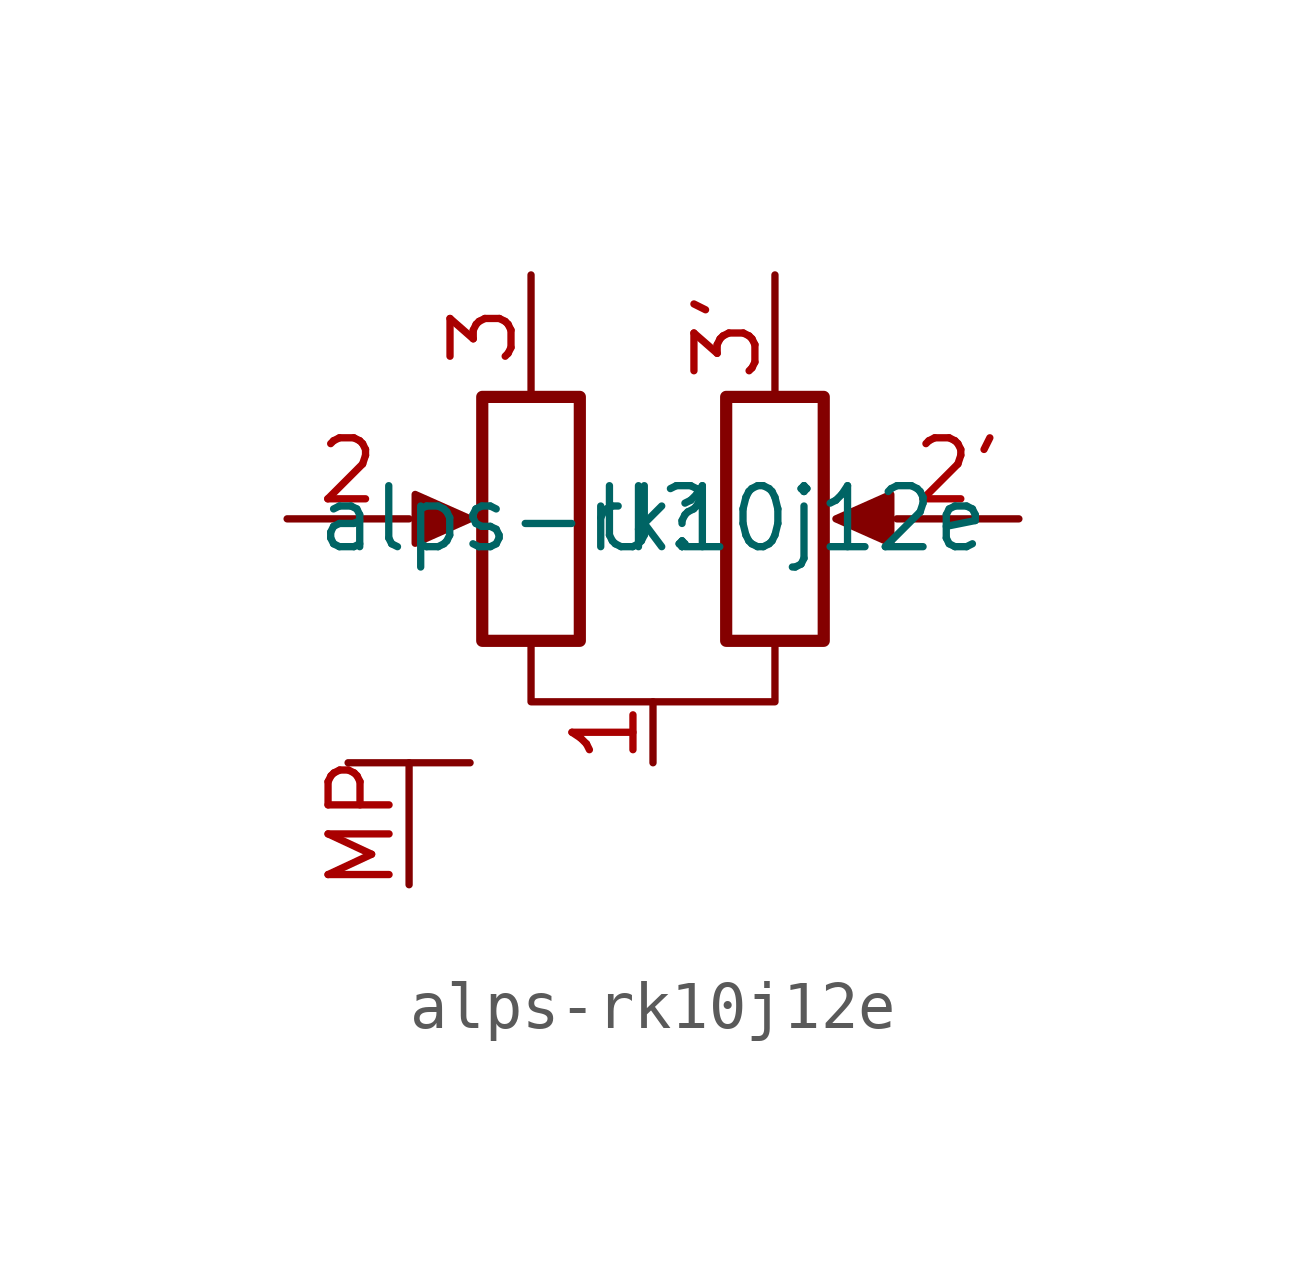
<source format=kicad_sym>
(kicad_symbol_lib
  (version 20241209)
  (generator "kicad_symbol_editor")
  (generator_version "9.0")
  (symbol "alps-rk10j12e"
    (property "Reference" "U"
      (at 0 0 0)
      (effects (font (size 1.27 1.27))))
    (property "Value" "alps-rk10j12e"
      (at 0 0 0)
      (effects (font (size 1.27 1.27))))
    (symbol "alps-rk10j12e_0_1"
      (polyline (pts (xy -6.35 -5.08) (xy -3.81 -5.08)) (stroke (width 0) (type default)) (fill (type none)))
      (polyline (pts (xy -3.81 0) (xy -4.953 -0.508) (xy -4.953 0.508) (xy -3.81 0)) (stroke (width 0) (type default)) (fill (type outline)))
      (rectangle (start -3.556 2.54) (end -1.524 -2.54) (stroke (width 0.254) (type default)) (fill (type none)))
      (rectangle (start 1.524 2.54) (end 3.556 -2.54) (stroke (width 0.254) (type default)) (fill (type none)))
      (polyline (pts (xy 2.54 -2.54) (xy 2.54 -3.81) (xy -2.54 -3.81) (xy -2.54 -2.54)) (stroke (width 0) (type default)) (fill (type none)))
      (polyline (pts (xy 3.81 0) (xy 4.953 0.508) (xy 4.953 -0.508) (xy 3.81 0)) (stroke (width 0) (type default)) (fill (type outline))))
    (symbol "alps-rk10j12e_1_1"
      (pin passive line (at -7.62 0 0) (length 2.54) (name "" (effects (font (size 1.27 1.27)))) (number "2" (effects (font (size 1.27 1.27)))))
      (pin passive line (at -5.08 -7.62 90) (length 2.54) (name "" (effects (font (size 1.27 1.27)))) (number "MP" (effects (font (size 1.27 1.27)))))
      (pin passive line (at -2.54 5.08 270) (length 2.54) (name "" (effects (font (size 1.27 1.27)))) (number "3" (effects (font (size 1.27 1.27)))))
      (pin passive line (at 0 -5.08 90) (length 1.27) (name "" (effects (font (size 1.27 1.27)))) (number "1" (effects (font (size 1.27 1.27)))))
      (pin passive line (at 2.54 5.08 270) (length 2.54) (name "" (effects (font (size 1.27 1.27)))) (number "3'" (effects (font (size 1.27 1.27)))))
      (pin passive line (at 7.62 0 180) (length 2.54) (name "" (effects (font (size 1.27 1.27)))) (number "2'" (effects (font (size 1.27 1.27))))))))
</source>
